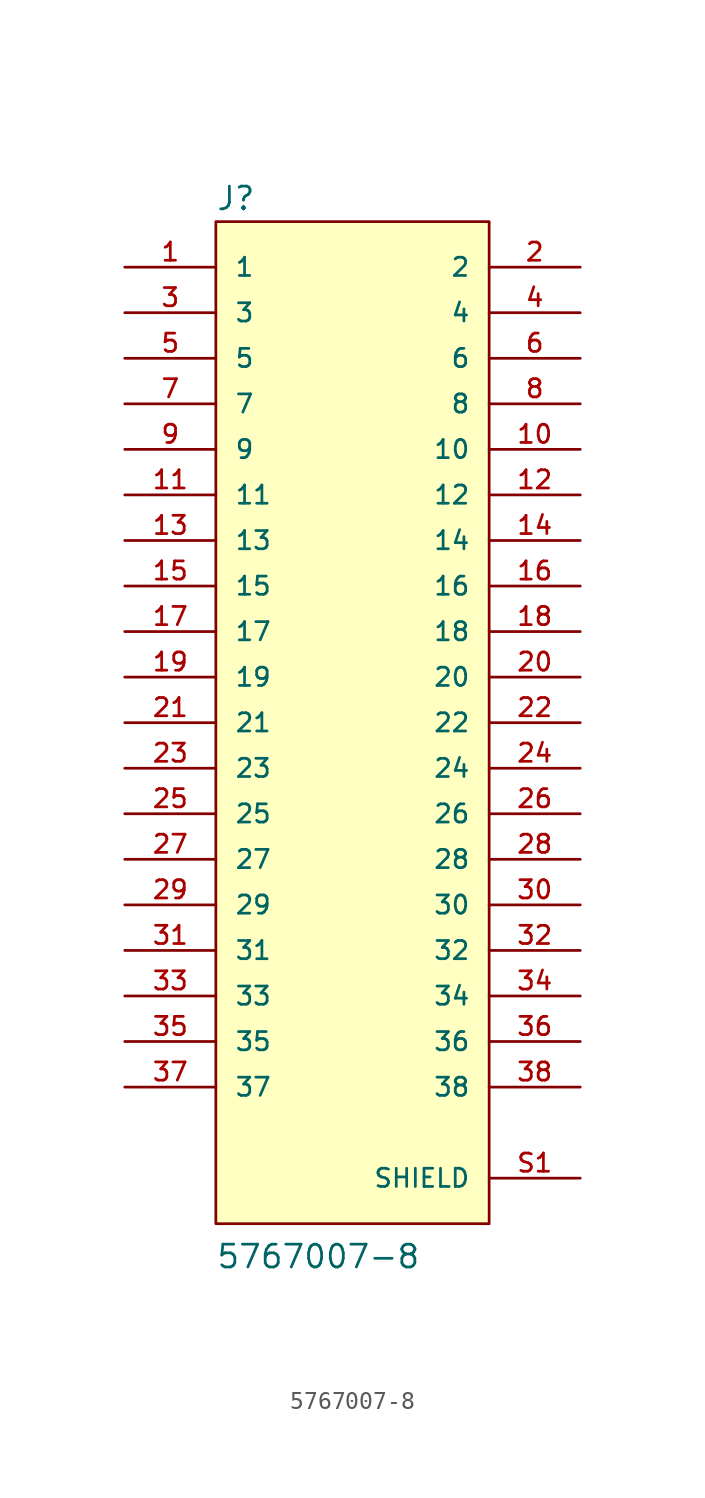
<source format=kicad_sym>
(kicad_symbol_lib
  (version 20211014)
  (generator kicad_symbol_editor)
  (symbol "5767007-8"
    (pin_names
      (offset 1.016))
    (property "Reference" "J"
      (at -7.631 28.489 0)
      (effects (font (size 1.27 1.27)) (justify bottom left)))
    (property "Value" "5767007-8"
      (at -7.629 -30.514 0)
      (effects (font (size 1.27 1.27)) (justify bottom left)))
    (symbol "5767007-8_0_0"
      (rectangle (start -7.62 -27.94) (end 7.62 27.94) (stroke (width 0.152)) (fill (type background)))
      (pin passive line (at -12.7 25.4 0) (length 5.08) (name "1" (effects (font (size 1.016 1.016)))) (number "1" (effects (font (size 1.016 1.016)))))
      (pin passive line (at 12.7 25.4 180.0) (length 5.08) (name "2" (effects (font (size 1.016 1.016)))) (number "2" (effects (font (size 1.016 1.016)))))
      (pin passive line (at -12.7 22.86 0) (length 5.08) (name "3" (effects (font (size 1.016 1.016)))) (number "3" (effects (font (size 1.016 1.016)))))
      (pin passive line (at 12.7 22.86 180.0) (length 5.08) (name "4" (effects (font (size 1.016 1.016)))) (number "4" (effects (font (size 1.016 1.016)))))
      (pin passive line (at -12.7 20.32 0) (length 5.08) (name "5" (effects (font (size 1.016 1.016)))) (number "5" (effects (font (size 1.016 1.016)))))
      (pin passive line (at 12.7 20.32 180.0) (length 5.08) (name "6" (effects (font (size 1.016 1.016)))) (number "6" (effects (font (size 1.016 1.016)))))
      (pin passive line (at -12.7 17.78 0) (length 5.08) (name "7" (effects (font (size 1.016 1.016)))) (number "7" (effects (font (size 1.016 1.016)))))
      (pin passive line (at 12.7 17.78 180.0) (length 5.08) (name "8" (effects (font (size 1.016 1.016)))) (number "8" (effects (font (size 1.016 1.016)))))
      (pin passive line (at -12.7 15.24 0) (length 5.08) (name "9" (effects (font (size 1.016 1.016)))) (number "9" (effects (font (size 1.016 1.016)))))
      (pin passive line (at 12.7 15.24 180.0) (length 5.08) (name "10" (effects (font (size 1.016 1.016)))) (number "10" (effects (font (size 1.016 1.016)))))
      (pin passive line (at -12.7 12.7 0) (length 5.08) (name "11" (effects (font (size 1.016 1.016)))) (number "11" (effects (font (size 1.016 1.016)))))
      (pin passive line (at 12.7 12.7 180.0) (length 5.08) (name "12" (effects (font (size 1.016 1.016)))) (number "12" (effects (font (size 1.016 1.016)))))
      (pin passive line (at -12.7 10.16 0) (length 5.08) (name "13" (effects (font (size 1.016 1.016)))) (number "13" (effects (font (size 1.016 1.016)))))
      (pin passive line (at 12.7 10.16 180.0) (length 5.08) (name "14" (effects (font (size 1.016 1.016)))) (number "14" (effects (font (size 1.016 1.016)))))
      (pin passive line (at -12.7 7.62 0) (length 5.08) (name "15" (effects (font (size 1.016 1.016)))) (number "15" (effects (font (size 1.016 1.016)))))
      (pin passive line (at 12.7 7.62 180.0) (length 5.08) (name "16" (effects (font (size 1.016 1.016)))) (number "16" (effects (font (size 1.016 1.016)))))
      (pin passive line (at -12.7 5.08 0) (length 5.08) (name "17" (effects (font (size 1.016 1.016)))) (number "17" (effects (font (size 1.016 1.016)))))
      (pin passive line (at 12.7 5.08 180.0) (length 5.08) (name "18" (effects (font (size 1.016 1.016)))) (number "18" (effects (font (size 1.016 1.016)))))
      (pin passive line (at -12.7 2.54 0) (length 5.08) (name "19" (effects (font (size 1.016 1.016)))) (number "19" (effects (font (size 1.016 1.016)))))
      (pin passive line (at 12.7 2.54 180.0) (length 5.08) (name "20" (effects (font (size 1.016 1.016)))) (number "20" (effects (font (size 1.016 1.016)))))
      (pin passive line (at -12.7 0.0 0) (length 5.08) (name "21" (effects (font (size 1.016 1.016)))) (number "21" (effects (font (size 1.016 1.016)))))
      (pin passive line (at 12.7 0.0 180.0) (length 5.08) (name "22" (effects (font (size 1.016 1.016)))) (number "22" (effects (font (size 1.016 1.016)))))
      (pin passive line (at -12.7 -2.54 0) (length 5.08) (name "23" (effects (font (size 1.016 1.016)))) (number "23" (effects (font (size 1.016 1.016)))))
      (pin passive line (at 12.7 -2.54 180.0) (length 5.08) (name "24" (effects (font (size 1.016 1.016)))) (number "24" (effects (font (size 1.016 1.016)))))
      (pin passive line (at -12.7 -5.08 0) (length 5.08) (name "25" (effects (font (size 1.016 1.016)))) (number "25" (effects (font (size 1.016 1.016)))))
      (pin passive line (at 12.7 -5.08 180.0) (length 5.08) (name "26" (effects (font (size 1.016 1.016)))) (number "26" (effects (font (size 1.016 1.016)))))
      (pin passive line (at -12.7 -7.62 0) (length 5.08) (name "27" (effects (font (size 1.016 1.016)))) (number "27" (effects (font (size 1.016 1.016)))))
      (pin passive line (at 12.7 -7.62 180.0) (length 5.08) (name "28" (effects (font (size 1.016 1.016)))) (number "28" (effects (font (size 1.016 1.016)))))
      (pin passive line (at -12.7 -10.16 0) (length 5.08) (name "29" (effects (font (size 1.016 1.016)))) (number "29" (effects (font (size 1.016 1.016)))))
      (pin passive line (at 12.7 -10.16 180.0) (length 5.08) (name "30" (effects (font (size 1.016 1.016)))) (number "30" (effects (font (size 1.016 1.016)))))
      (pin passive line (at -12.7 -12.7 0) (length 5.08) (name "31" (effects (font (size 1.016 1.016)))) (number "31" (effects (font (size 1.016 1.016)))))
      (pin passive line (at 12.7 -12.7 180.0) (length 5.08) (name "32" (effects (font (size 1.016 1.016)))) (number "32" (effects (font (size 1.016 1.016)))))
      (pin passive line (at -12.7 -15.24 0) (length 5.08) (name "33" (effects (font (size 1.016 1.016)))) (number "33" (effects (font (size 1.016 1.016)))))
      (pin passive line (at 12.7 -15.24 180.0) (length 5.08) (name "34" (effects (font (size 1.016 1.016)))) (number "34" (effects (font (size 1.016 1.016)))))
      (pin passive line (at -12.7 -17.78 0) (length 5.08) (name "35" (effects (font (size 1.016 1.016)))) (number "35" (effects (font (size 1.016 1.016)))))
      (pin passive line (at 12.7 -17.78 180.0) (length 5.08) (name "36" (effects (font (size 1.016 1.016)))) (number "36" (effects (font (size 1.016 1.016)))))
      (pin passive line (at 12.7 -25.4 180.0) (length 5.08) (name "SHIELD" (effects (font (size 1.016 1.016)))) (number "S1" (effects (font (size 1.016 1.016)))))
      (pin passive line (at 12.7 -25.4 180.0) (length 5.08) hide (name "SHIELD" (effects (font (size 1.016 1.016)))) (number "S2" (effects (font (size 1.016 1.016)))))
      (pin passive line (at 12.7 -25.4 180.0) (length 5.08) hide (name "SHIELD" (effects (font (size 1.016 1.016)))) (number "S3" (effects (font (size 1.016 1.016)))))
      (pin passive line (at 12.7 -25.4 180.0) (length 5.08) hide (name "SHIELD" (effects (font (size 1.016 1.016)))) (number "S4" (effects (font (size 1.016 1.016)))))
      (pin passive line (at 12.7 -25.4 180.0) (length 5.08) hide (name "SHIELD" (effects (font (size 1.016 1.016)))) (number "S5" (effects (font (size 1.016 1.016)))))
      (pin passive line (at -12.7 -20.32 0) (length 5.08) (name "37" (effects (font (size 1.016 1.016)))) (number "37" (effects (font (size 1.016 1.016)))))
      (pin passive line (at 12.7 -20.32 180.0) (length 5.08) (name "38" (effects (font (size 1.016 1.016)))) (number "38" (effects (font (size 1.016 1.016))))))))
</source>
